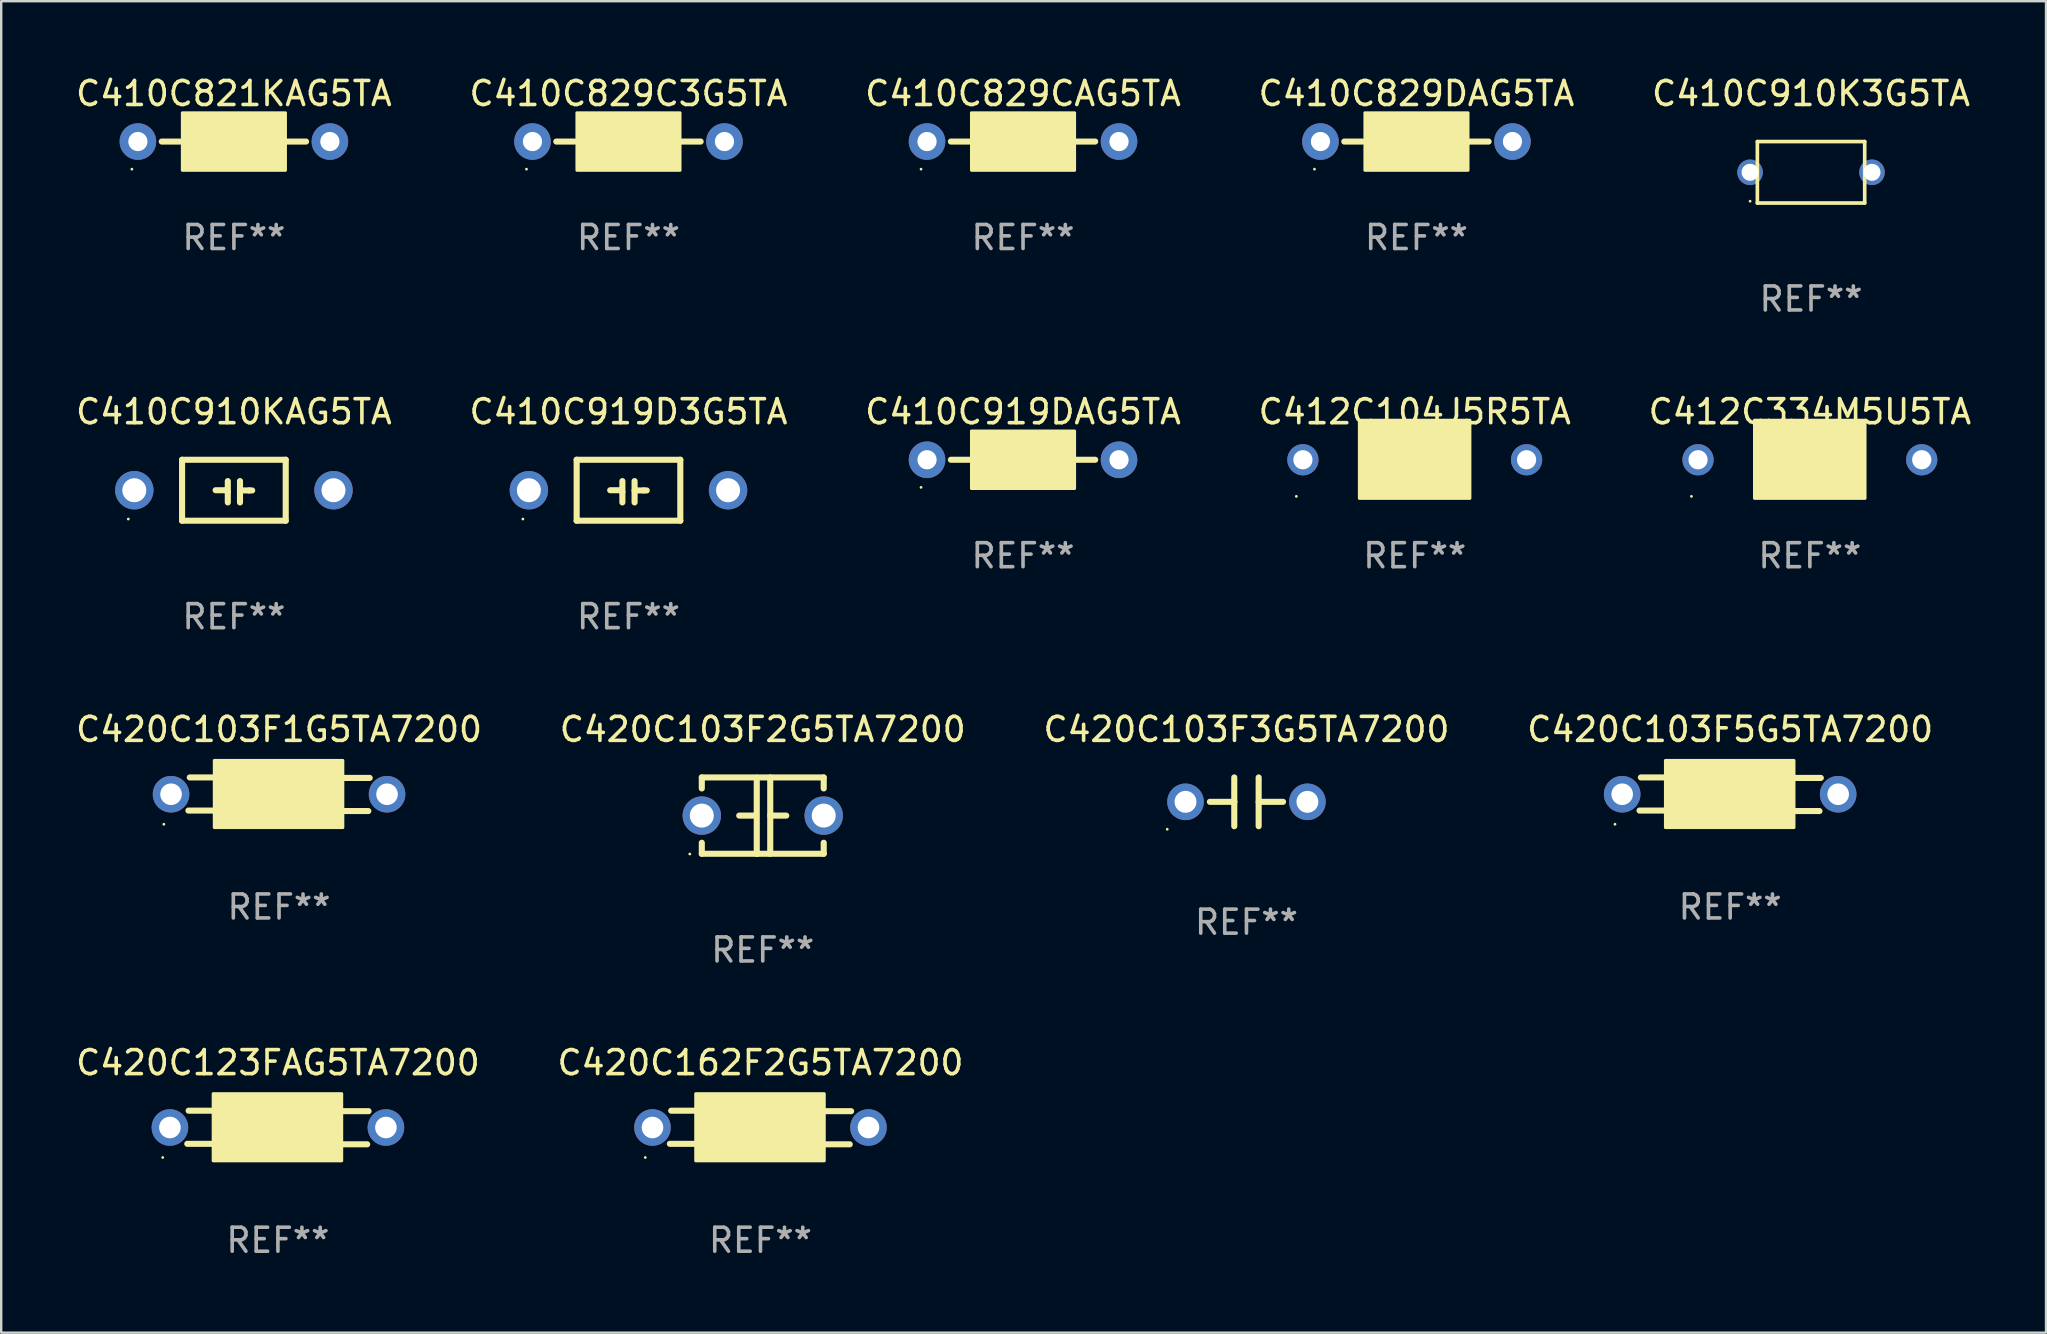
<source format=kicad_pcb>
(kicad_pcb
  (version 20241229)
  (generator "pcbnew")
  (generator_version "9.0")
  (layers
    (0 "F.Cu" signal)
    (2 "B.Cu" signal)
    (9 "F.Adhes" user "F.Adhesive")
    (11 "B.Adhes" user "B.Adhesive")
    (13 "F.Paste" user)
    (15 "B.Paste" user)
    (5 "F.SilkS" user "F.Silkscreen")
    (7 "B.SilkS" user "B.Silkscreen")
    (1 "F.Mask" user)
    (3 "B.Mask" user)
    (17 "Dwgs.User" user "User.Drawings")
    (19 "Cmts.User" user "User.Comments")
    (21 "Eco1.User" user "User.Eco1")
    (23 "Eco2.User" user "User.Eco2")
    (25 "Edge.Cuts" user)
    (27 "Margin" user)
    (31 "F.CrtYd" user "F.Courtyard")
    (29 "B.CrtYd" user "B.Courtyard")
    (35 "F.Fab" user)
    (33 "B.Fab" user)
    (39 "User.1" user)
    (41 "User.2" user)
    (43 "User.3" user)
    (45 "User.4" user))
  (footprint "C410C910K3G5TA"
    (layer "F.Cu")
    (at 72.411 4.129)
    (property "Reference" "C410C910K3G5TA" (at 0 -3.281 0) (layer "F.SilkS") (effects (font (size 1 1) (thickness 0.15))))
    (attr through_hole)
    (fp_line (start -2.236 -1.281) (end 2.236 -1.281) (stroke (width 0.152) (type solid)) (layer "F.SilkS"))
    (fp_line (start -2.236 1.281) (end -2.236 -1.281) (stroke (width 0.152) (type solid)) (layer "F.SilkS"))
    (fp_line (start 2.236 -1.281) (end 2.236 1.281) (stroke (width 0.152) (type solid)) (layer "F.SilkS"))
    (fp_line (start 2.236 1.281) (end -2.236 1.281) (stroke (width 0.152) (type solid)) (layer "F.SilkS"))
    (fp_circle (center -2.54 1.205) (end -2.51 1.205) (stroke (width 0.06) (type solid)) (fill no) (layer "F.SilkS"))
    (fp_text user "REF**" (at 0 5.281 0) (layer "F.Fab") (effects (font (size 1 1) (thickness 0.15))))
    (pad "1" thru_hole circle (at -2.54 0) (size 1.065 1.065) (drill 0.71) (layers "*.Cu" "*.Mask"))
    (pad "2" thru_hole circle (at 2.54 0) (size 1.065 1.065) (drill 0.71) (layers "*.Cu" "*.Mask")))
  (footprint "C410C829CAG5TA"
    (layer "F.Cu")
    (at 39.577 2.848)
    (property "Reference" "C410C829CAG5TA" (at 0 -2 0) (layer "F.SilkS") (effects (font (size 1 1) (thickness 0.15))))
    (attr through_hole)
    (fp_line (start -2.25 0) (end -3.007 0) (stroke (width 0.254) (type solid)) (layer "F.SilkS"))
    (fp_line (start 2.2 0) (end 3.007 0) (stroke (width 0.254) (type solid)) (layer "F.SilkS"))
    (fp_circle (center -4.25 1.15) (end -4.22 1.15) (stroke (width 0.06) (type solid)) (fill no) (layer "F.SilkS"))
    (fp_poly (pts (xy -2.15 -1.2) (xy 2.15 -1.2) (xy 2.15 1.2) (xy -2.15 1.2)) (stroke (width 0.12) (type solid)) (fill yes) (layer "F.SilkS"))
    (fp_text user "REF**" (at 0 4 0) (layer "F.Fab") (effects (font (size 1 1) (thickness 0.15))))
    (pad "1" thru_hole circle (at -4 0) (size 1.524 1.524) (drill 0.8) (layers "*.Cu" "*.Mask"))
    (pad "2" thru_hole circle (at 4 0) (size 1.524 1.524) (drill 0.8) (layers "*.Cu" "*.Mask")))
  (footprint "C410C919DAG5TA"
    (layer "F.Cu")
    (at 39.577 16.107)
    (property "Reference" "C410C919DAG5TA" (at 0 -2 0) (layer "F.SilkS") (effects (font (size 1 1) (thickness 0.15))))
    (attr through_hole)
    (fp_line (start -2.25 0) (end -3.007 0) (stroke (width 0.254) (type solid)) (layer "F.SilkS"))
    (fp_line (start 2.2 0) (end 3.007 0) (stroke (width 0.254) (type solid)) (layer "F.SilkS"))
    (fp_circle (center -4.25 1.15) (end -4.22 1.15) (stroke (width 0.06) (type solid)) (fill no) (layer "F.SilkS"))
    (fp_poly (pts (xy -2.15 -1.2) (xy 2.15 -1.2) (xy 2.15 1.2) (xy -2.15 1.2)) (stroke (width 0.12) (type solid)) (fill yes) (layer "F.SilkS"))
    (fp_text user "REF**" (at 0 4 0) (layer "F.Fab") (effects (font (size 1 1) (thickness 0.15))))
    (pad "1" thru_hole circle (at -4 0) (size 1.524 1.524) (drill 0.8) (layers "*.Cu" "*.Mask"))
    (pad "2" thru_hole circle (at 4 0) (size 1.524 1.524) (drill 0.8) (layers "*.Cu" "*.Mask")))
  (footprint "C412C104J5R5TA"
    (layer "F.Cu")
    (at 55.899 16.107)
    (property "Reference" "C412C104J5R5TA" (at 0 -2 0) (layer "F.SilkS") (effects (font (size 1 1) (thickness 0.15))))
    (attr through_hole)
    (fp_circle (center -4.935 1.525) (end -4.905 1.525) (stroke (width 0.06) (type solid)) (fill no) (layer "F.SilkS"))
    (fp_poly (pts (xy -2.31 -1.65) (xy 2.3 -1.65) (xy 2.3 1.61) (xy -2.31 1.61)) (stroke (width 0.12) (type solid)) (fill yes) (layer "F.SilkS"))
    (fp_text user "REF**" (at 0 4 0) (layer "F.Fab") (effects (font (size 1 1) (thickness 0.15))))
    (pad "1" thru_hole circle (at -4.66 0) (size 1.3 1.3) (drill 0.8) (layers "*.Cu" "*.Mask"))
    (pad "2" thru_hole circle (at 4.66 0) (size 1.3 1.3) (drill 0.8) (layers "*.Cu" "*.Mask")))
  (footprint "C410C829DAG5TA"
    (layer "F.Cu")
    (at 55.97 2.848)
    (property "Reference" "C410C829DAG5TA" (at 0 -2 0) (layer "F.SilkS") (effects (font (size 1 1) (thickness 0.15))))
    (attr through_hole)
    (fp_line (start -2.25 0) (end -3.007 0) (stroke (width 0.254) (type solid)) (layer "F.SilkS"))
    (fp_line (start 2.2 0) (end 3.007 0) (stroke (width 0.254) (type solid)) (layer "F.SilkS"))
    (fp_circle (center -4.25 1.15) (end -4.22 1.15) (stroke (width 0.06) (type solid)) (fill no) (layer "F.SilkS"))
    (fp_poly (pts (xy -2.15 -1.2) (xy 2.15 -1.2) (xy 2.15 1.2) (xy -2.15 1.2)) (stroke (width 0.12) (type solid)) (fill yes) (layer "F.SilkS"))
    (fp_text user "REF**" (at 0 4 0) (layer "F.Fab") (effects (font (size 1 1) (thickness 0.15))))
    (pad "1" thru_hole circle (at -4 0) (size 1.524 1.524) (drill 0.8) (layers "*.Cu" "*.Mask"))
    (pad "2" thru_hole circle (at 4 0) (size 1.524 1.524) (drill 0.8) (layers "*.Cu" "*.Mask")))
  (footprint "C412C334M5U5TA"
    (layer "F.Cu")
    (at 72.363 16.107)
    (property "Reference" "C412C334M5U5TA" (at 0 -2 0) (layer "F.SilkS") (effects (font (size 1 1) (thickness 0.15))))
    (attr through_hole)
    (fp_circle (center -4.935 1.525) (end -4.905 1.525) (stroke (width 0.06) (type solid)) (fill no) (layer "F.SilkS"))
    (fp_poly (pts (xy -2.31 -1.65) (xy 2.3 -1.65) (xy 2.3 1.61) (xy -2.31 1.61)) (stroke (width 0.12) (type solid)) (fill yes) (layer "F.SilkS"))
    (fp_text user "REF**" (at 0 4 0) (layer "F.Fab") (effects (font (size 1 1) (thickness 0.15))))
    (pad "1" thru_hole circle (at -4.66 0) (size 1.3 1.3) (drill 0.8) (layers "*.Cu" "*.Mask"))
    (pad "2" thru_hole circle (at 4.66 0) (size 1.3 1.3) (drill 0.8) (layers "*.Cu" "*.Mask")))
  (footprint "C420C103F2G5TA7200"
    (layer "F.Cu")
    (at 28.732 30.939)
    (property "Reference" "C420C103F2G5TA7200" (at 0 -3.595 0) (layer "F.SilkS") (effects (font (size 1 1) (thickness 0.15))))
    (attr through_hole)
    (fp_line (start -2.54 -1.595) (end -2.54 -1.136) (stroke (width 0.254) (type solid)) (layer "F.SilkS"))
    (fp_line (start -2.54 -1.595) (end 2.54 -1.595) (stroke (width 0.254) (type solid)) (layer "F.SilkS"))
    (fp_line (start -2.54 1.126) (end -2.54 1.585) (stroke (width 0.254) (type solid)) (layer "F.SilkS"))
    (fp_line (start -0.312 -0.005) (end -0.98 -0.005) (stroke (width 0.254) (type solid)) (layer "F.SilkS"))
    (fp_line (start -0.25 -1.585) (end -0.25 1.595) (stroke (width 0.254) (type solid)) (layer "F.SilkS"))
    (fp_line (start 0.312 -1.595) (end 0.312 1.585) (stroke (width 0.254) (type solid)) (layer "F.SilkS"))
    (fp_line (start 0.312 -0.005) (end 0.98 -0.005) (stroke (width 0.254) (type solid)) (layer "F.SilkS"))
    (fp_line (start 2.54 -1.595) (end 2.54 -1.136) (stroke (width 0.254) (type solid)) (layer "F.SilkS"))
    (fp_line (start 2.54 1.126) (end 2.54 1.585) (stroke (width 0.254) (type solid)) (layer "F.SilkS"))
    (fp_line (start 2.54 1.585) (end -2.54 1.585) (stroke (width 0.254) (type solid)) (layer "F.SilkS"))
    (fp_circle (center -3.04 1.595) (end -3.01 1.595) (stroke (width 0.06) (type solid)) (fill no) (layer "F.SilkS"))
    (fp_text user "REF**" (at 0 5.595 0) (layer "F.Fab") (effects (font (size 1 1) (thickness 0.15))))
    (pad "1" thru_hole circle (at -2.54 -0.005) (size 1.6 1.6) (drill 1) (layers "*.Cu" "*.Mask"))
    (pad "2" thru_hole circle (at 2.54 -0.005) (size 1.6 1.6) (drill 1) (layers "*.Cu" "*.Mask")))
  (footprint "C410C829C3G5TA"
    (layer "F.Cu")
    (at 23.137 2.848)
    (property "Reference" "C410C829C3G5TA" (at 0 -2 0) (layer "F.SilkS") (effects (font (size 1 1) (thickness 0.15))))
    (attr through_hole)
    (fp_line (start -2.25 0) (end -3.007 0) (stroke (width 0.254) (type solid)) (layer "F.SilkS"))
    (fp_line (start 2.2 0) (end 3.007 0) (stroke (width 0.254) (type solid)) (layer "F.SilkS"))
    (fp_circle (center -4.25 1.15) (end -4.22 1.15) (stroke (width 0.06) (type solid)) (fill no) (layer "F.SilkS"))
    (fp_poly (pts (xy -2.15 -1.2) (xy 2.15 -1.2) (xy 2.15 1.2) (xy -2.15 1.2)) (stroke (width 0.12) (type solid)) (fill yes) (layer "F.SilkS"))
    (fp_text user "REF**" (at 0 4 0) (layer "F.Fab") (effects (font (size 1 1) (thickness 0.15))))
    (pad "1" thru_hole circle (at -4 0) (size 1.524 1.524) (drill 0.8) (layers "*.Cu" "*.Mask"))
    (pad "2" thru_hole circle (at 4 0) (size 1.524 1.524) (drill 0.8) (layers "*.Cu" "*.Mask")))
  (footprint "C420C103F3G5TA7200"
    (layer "F.Cu")
    (at 48.887 30.36)
    (property "Reference" "C420C103F3G5TA7200" (at 0 -3.016 0) (layer "F.SilkS") (effects (font (size 1 1) (thickness 0.15))))
    (attr through_hole)
    (fp_line (start -1.524 0) (end -0.508 0) (stroke (width 0.254) (type solid)) (layer "F.SilkS"))
    (fp_line (start -0.508 0) (end -0.508 -1.016) (stroke (width 0.254) (type solid)) (layer "F.SilkS"))
    (fp_line (start -0.508 0) (end -0.508 1.016) (stroke (width 0.254) (type solid)) (layer "F.SilkS"))
    (fp_line (start 0.508 -1.016) (end 0.508 1.016) (stroke (width 0.254) (type solid)) (layer "F.SilkS"))
    (fp_line (start 1.524 0) (end 0.508 0) (stroke (width 0.254) (type solid)) (layer "F.SilkS"))
    (fp_circle (center -3.302 1.143) (end -3.272 1.143) (stroke (width 0.06) (type solid)) (fill no) (layer "F.SilkS"))
    (fp_text user "REF**" (at 0 5.016 0) (layer "F.Fab") (effects (font (size 1 1) (thickness 0.15))))
    (pad "1" thru_hole circle (at -2.54 0) (size 1.524 1.524) (drill 0.914) (layers "*.Cu" "*.Mask"))
    (pad "2" thru_hole circle (at 2.54 0) (size 1.524 1.524) (drill 0.914) (layers "*.Cu" "*.Mask")))
  (footprint "C420C103F5G5TA7200"
    (layer "F.Cu")
    (at 69.042 30.044)
    (property "Reference" "C420C103F5G5TA7200" (at 0 -2.7 0) (layer "F.SilkS") (effects (font (size 1 1) (thickness 0.15))))
    (attr through_hole)
    (fp_line (start -2.7 -0.7) (end -3.72 -0.7) (stroke (width 0.254) (type solid)) (layer "F.SilkS"))
    (fp_line (start -2.7 0.68) (end -3.777 0.68) (stroke (width 0.254) (type solid)) (layer "F.SilkS"))
    (fp_line (start 2.7 -0.68) (end 3.777 -0.68) (stroke (width 0.254) (type solid)) (layer "F.SilkS"))
    (fp_line (start 2.7 0.7) (end 3.72 0.7) (stroke (width 0.254) (type solid)) (layer "F.SilkS"))
    (fp_circle (center -4.8 1.25) (end -4.77 1.25) (stroke (width 0.06) (type solid)) (fill no) (layer "F.SilkS"))
    (fp_poly (pts (xy -2.7 -1.41) (xy 2.66 -1.41) (xy 2.66 1.39) (xy -2.7 1.39)) (stroke (width 0.12) (type solid)) (fill yes) (layer "F.SilkS"))
    (fp_text user "REF**" (at 0 4.7 0) (layer "F.Fab") (effects (font (size 1 1) (thickness 0.15))))
    (pad "1" thru_hole circle (at -4.5 0.000051) (size 1.524 1.524) (drill 0.9) (layers "*.Cu" "*.Mask"))
    (pad "2" thru_hole circle (at 4.5 0.000051) (size 1.524 1.524) (drill 0.9) (layers "*.Cu" "*.Mask")))
  (footprint "C420C103F1G5TA7200"
    (layer "F.Cu")
    (at 8.577 30.044)
    (property "Reference" "C420C103F1G5TA7200" (at 0 -2.7 0) (layer "F.SilkS") (effects (font (size 1 1) (thickness 0.15))))
    (attr through_hole)
    (fp_line (start -2.7 -0.7) (end -3.72 -0.7) (stroke (width 0.254) (type solid)) (layer "F.SilkS"))
    (fp_line (start -2.7 0.68) (end -3.777 0.68) (stroke (width 0.254) (type solid)) (layer "F.SilkS"))
    (fp_line (start 2.7 -0.68) (end 3.777 -0.68) (stroke (width 0.254) (type solid)) (layer "F.SilkS"))
    (fp_line (start 2.7 0.7) (end 3.72 0.7) (stroke (width 0.254) (type solid)) (layer "F.SilkS"))
    (fp_circle (center -4.8 1.25) (end -4.77 1.25) (stroke (width 0.06) (type solid)) (fill no) (layer "F.SilkS"))
    (fp_poly (pts (xy -2.7 -1.41) (xy 2.66 -1.41) (xy 2.66 1.39) (xy -2.7 1.39)) (stroke (width 0.12) (type solid)) (fill yes) (layer "F.SilkS"))
    (fp_text user "REF**" (at 0 4.7 0) (layer "F.Fab") (effects (font (size 1 1) (thickness 0.15))))
    (pad "1" thru_hole circle (at -4.5 0) (size 1.524 1.524) (drill 0.9) (layers "*.Cu" "*.Mask"))
    (pad "2" thru_hole circle (at 4.5 0) (size 1.524 1.524) (drill 0.9) (layers "*.Cu" "*.Mask")))
  (footprint "C420C162F2G5TA7200"
    (layer "F.Cu")
    (at 28.637 43.93)
    (property "Reference" "C420C162F2G5TA7200" (at 0 -2.7 0) (layer "F.SilkS") (effects (font (size 1 1) (thickness 0.15))))
    (attr through_hole)
    (fp_line (start -2.7 -0.7) (end -3.72 -0.7) (stroke (width 0.254) (type solid)) (layer "F.SilkS"))
    (fp_line (start -2.7 0.68) (end -3.777 0.68) (stroke (width 0.254) (type solid)) (layer "F.SilkS"))
    (fp_line (start 2.7 -0.68) (end 3.777 -0.68) (stroke (width 0.254) (type solid)) (layer "F.SilkS"))
    (fp_line (start 2.7 0.7) (end 3.72 0.7) (stroke (width 0.254) (type solid)) (layer "F.SilkS"))
    (fp_circle (center -4.8 1.25) (end -4.77 1.25) (stroke (width 0.06) (type solid)) (fill no) (layer "F.SilkS"))
    (fp_poly (pts (xy -2.7 -1.41) (xy 2.66 -1.41) (xy 2.66 1.39) (xy -2.7 1.39)) (stroke (width 0.12) (type solid)) (fill yes) (layer "F.SilkS"))
    (fp_text user "REF**" (at 0 4.7 0) (layer "F.Fab") (effects (font (size 1 1) (thickness 0.15))))
    (pad "1" thru_hole circle (at -4.5 0.000051) (size 1.524 1.524) (drill 0.9) (layers "*.Cu" "*.Mask"))
    (pad "2" thru_hole circle (at 4.5 0.000051) (size 1.524 1.524) (drill 0.9) (layers "*.Cu" "*.Mask")))
  (footprint "C410C821KAG5TA"
    (layer "F.Cu")
    (at 6.696 2.848)
    (property "Reference" "C410C821KAG5TA" (at 0 -2 0) (layer "F.SilkS") (effects (font (size 1 1) (thickness 0.15))))
    (attr through_hole)
    (fp_line (start -2.25 0) (end -3.007 0) (stroke (width 0.254) (type solid)) (layer "F.SilkS"))
    (fp_line (start 2.2 0) (end 3.007 0) (stroke (width 0.254) (type solid)) (layer "F.SilkS"))
    (fp_circle (center -4.25 1.15) (end -4.22 1.15) (stroke (width 0.06) (type solid)) (fill no) (layer "F.SilkS"))
    (fp_poly (pts (xy -2.15 -1.2) (xy 2.15 -1.2) (xy 2.15 1.2) (xy -2.15 1.2)) (stroke (width 0.12) (type solid)) (fill yes) (layer "F.SilkS"))
    (fp_text user "REF**" (at 0 4 0) (layer "F.Fab") (effects (font (size 1 1) (thickness 0.15))))
    (pad "1" thru_hole circle (at -4 0) (size 1.524 1.524) (drill 0.8) (layers "*.Cu" "*.Mask"))
    (pad "2" thru_hole circle (at 4 0) (size 1.524 1.524) (drill 0.8) (layers "*.Cu" "*.Mask")))
  (footprint "C410C910KAG5TA"
    (layer "F.Cu")
    (at 6.696 17.377)
    (property "Reference" "C410C910KAG5TA" (at 0 -3.27 0) (layer "F.SilkS") (effects (font (size 1 1) (thickness 0.15))))
    (attr through_hole)
    (fp_line (start -2.159 -1.27) (end -2.159 1.27) (stroke (width 0.254) (type solid)) (layer "F.SilkS"))
    (fp_line (start -2.159 1.27) (end 2.159 1.27) (stroke (width 0.254) (type solid)) (layer "F.SilkS"))
    (fp_line (start -0.762 0) (end -0.322 0) (stroke (width 0.254) (type solid)) (layer "F.SilkS"))
    (fp_line (start -0.322 0) (end -0.254 0.068) (stroke (width 0.254) (type solid)) (layer "F.SilkS"))
    (fp_line (start -0.254 -0.381) (end -0.254 0.508) (stroke (width 0.254) (type solid)) (layer "F.SilkS"))
    (fp_line (start 0.254 -0.381) (end 0.254 0.508) (stroke (width 0.254) (type solid)) (layer "F.SilkS"))
    (fp_line (start 0.254 0.008) (end 0.635 0.008) (stroke (width 0.254) (type solid)) (layer "F.SilkS"))
    (fp_line (start 0.635 0.008) (end 0.762 0.008) (stroke (width 0.254) (type solid)) (layer "F.SilkS"))
    (fp_line (start 2.159 -1.27) (end -2.159 -1.27) (stroke (width 0.254) (type solid)) (layer "F.SilkS"))
    (fp_line (start 2.159 1.27) (end 2.159 -1.27) (stroke (width 0.254) (type solid)) (layer "F.SilkS"))
    (fp_circle (center -4.4 1.2) (end -4.37 1.2) (stroke (width 0.06) (type solid)) (fill no) (layer "F.SilkS"))
    (fp_text user "REF**" (at 0 5.27 0) (layer "F.Fab") (effects (font (size 1 1) (thickness 0.15))))
    (pad "1" thru_hole circle (at -4.15 0) (size 1.6 1.6) (drill 1) (layers "*.Cu" "*.Mask"))
    (pad "2" thru_hole circle (at 4.15 0) (size 1.6 1.6) (drill 1) (layers "*.Cu" "*.Mask")))
  (footprint "C410C919D3G5TA"
    (layer "F.Cu")
    (at 23.137 17.377)
    (property "Reference" "C410C919D3G5TA" (at 0 -3.27 0) (layer "F.SilkS") (effects (font (size 1 1) (thickness 0.15))))
    (attr through_hole)
    (fp_line (start -2.159 -1.27) (end -2.159 1.27) (stroke (width 0.254) (type solid)) (layer "F.SilkS"))
    (fp_line (start -2.159 1.27) (end 2.159 1.27) (stroke (width 0.254) (type solid)) (layer "F.SilkS"))
    (fp_line (start -0.762 0) (end -0.322 0) (stroke (width 0.254) (type solid)) (layer "F.SilkS"))
    (fp_line (start -0.322 0) (end -0.254 0.068) (stroke (width 0.254) (type solid)) (layer "F.SilkS"))
    (fp_line (start -0.254 -0.381) (end -0.254 0.508) (stroke (width 0.254) (type solid)) (layer "F.SilkS"))
    (fp_line (start 0.254 -0.381) (end 0.254 0.508) (stroke (width 0.254) (type solid)) (layer "F.SilkS"))
    (fp_line (start 0.254 0.008) (end 0.635 0.008) (stroke (width 0.254) (type solid)) (layer "F.SilkS"))
    (fp_line (start 0.635 0.008) (end 0.762 0.008) (stroke (width 0.254) (type solid)) (layer "F.SilkS"))
    (fp_line (start 2.159 -1.27) (end -2.159 -1.27) (stroke (width 0.254) (type solid)) (layer "F.SilkS"))
    (fp_line (start 2.159 1.27) (end 2.159 -1.27) (stroke (width 0.254) (type solid)) (layer "F.SilkS"))
    (fp_circle (center -4.4 1.2) (end -4.37 1.2) (stroke (width 0.06) (type solid)) (fill no) (layer "F.SilkS"))
    (fp_text user "REF**" (at 0 5.27 0) (layer "F.Fab") (effects (font (size 1 1) (thickness 0.15))))
    (pad "1" thru_hole circle (at -4.15 0) (size 1.6 1.6) (drill 1) (layers "*.Cu" "*.Mask"))
    (pad "2" thru_hole circle (at 4.15 0) (size 1.6 1.6) (drill 1) (layers "*.Cu" "*.Mask")))
  (footprint "C420C123FAG5TA7200"
    (layer "F.Cu")
    (at 8.53 43.93)
    (property "Reference" "C420C123FAG5TA7200" (at 0 -2.7 0) (layer "F.SilkS") (effects (font (size 1 1) (thickness 0.15))))
    (attr through_hole)
    (fp_line (start -2.7 -0.7) (end -3.72 -0.7) (stroke (width 0.254) (type solid)) (layer "F.SilkS"))
    (fp_line (start -2.7 0.68) (end -3.777 0.68) (stroke (width 0.254) (type solid)) (layer "F.SilkS"))
    (fp_line (start 2.7 -0.68) (end 3.777 -0.68) (stroke (width 0.254) (type solid)) (layer "F.SilkS"))
    (fp_line (start 2.7 0.7) (end 3.72 0.7) (stroke (width 0.254) (type solid)) (layer "F.SilkS"))
    (fp_circle (center -4.8 1.25) (end -4.77 1.25) (stroke (width 0.06) (type solid)) (fill no) (layer "F.SilkS"))
    (fp_poly (pts (xy -2.7 -1.41) (xy 2.66 -1.41) (xy 2.66 1.39) (xy -2.7 1.39)) (stroke (width 0.12) (type solid)) (fill yes) (layer "F.SilkS"))
    (fp_text user "REF**" (at 0 4.7 0) (layer "F.Fab") (effects (font (size 1 1) (thickness 0.15))))
    (pad "1" thru_hole circle (at -4.5 0.000051) (size 1.524 1.524) (drill 0.9) (layers "*.Cu" "*.Mask"))
    (pad "2" thru_hole circle (at 4.5 0.000051) (size 1.524 1.524) (drill 0.9) (layers "*.Cu" "*.Mask")))
  (gr_rect
    (start -3 -3)
    (end 82.202 52.478)
    (stroke (width 0.1) (type default))
    (fill no)
    (layer "Edge.Cuts")))
</source>
